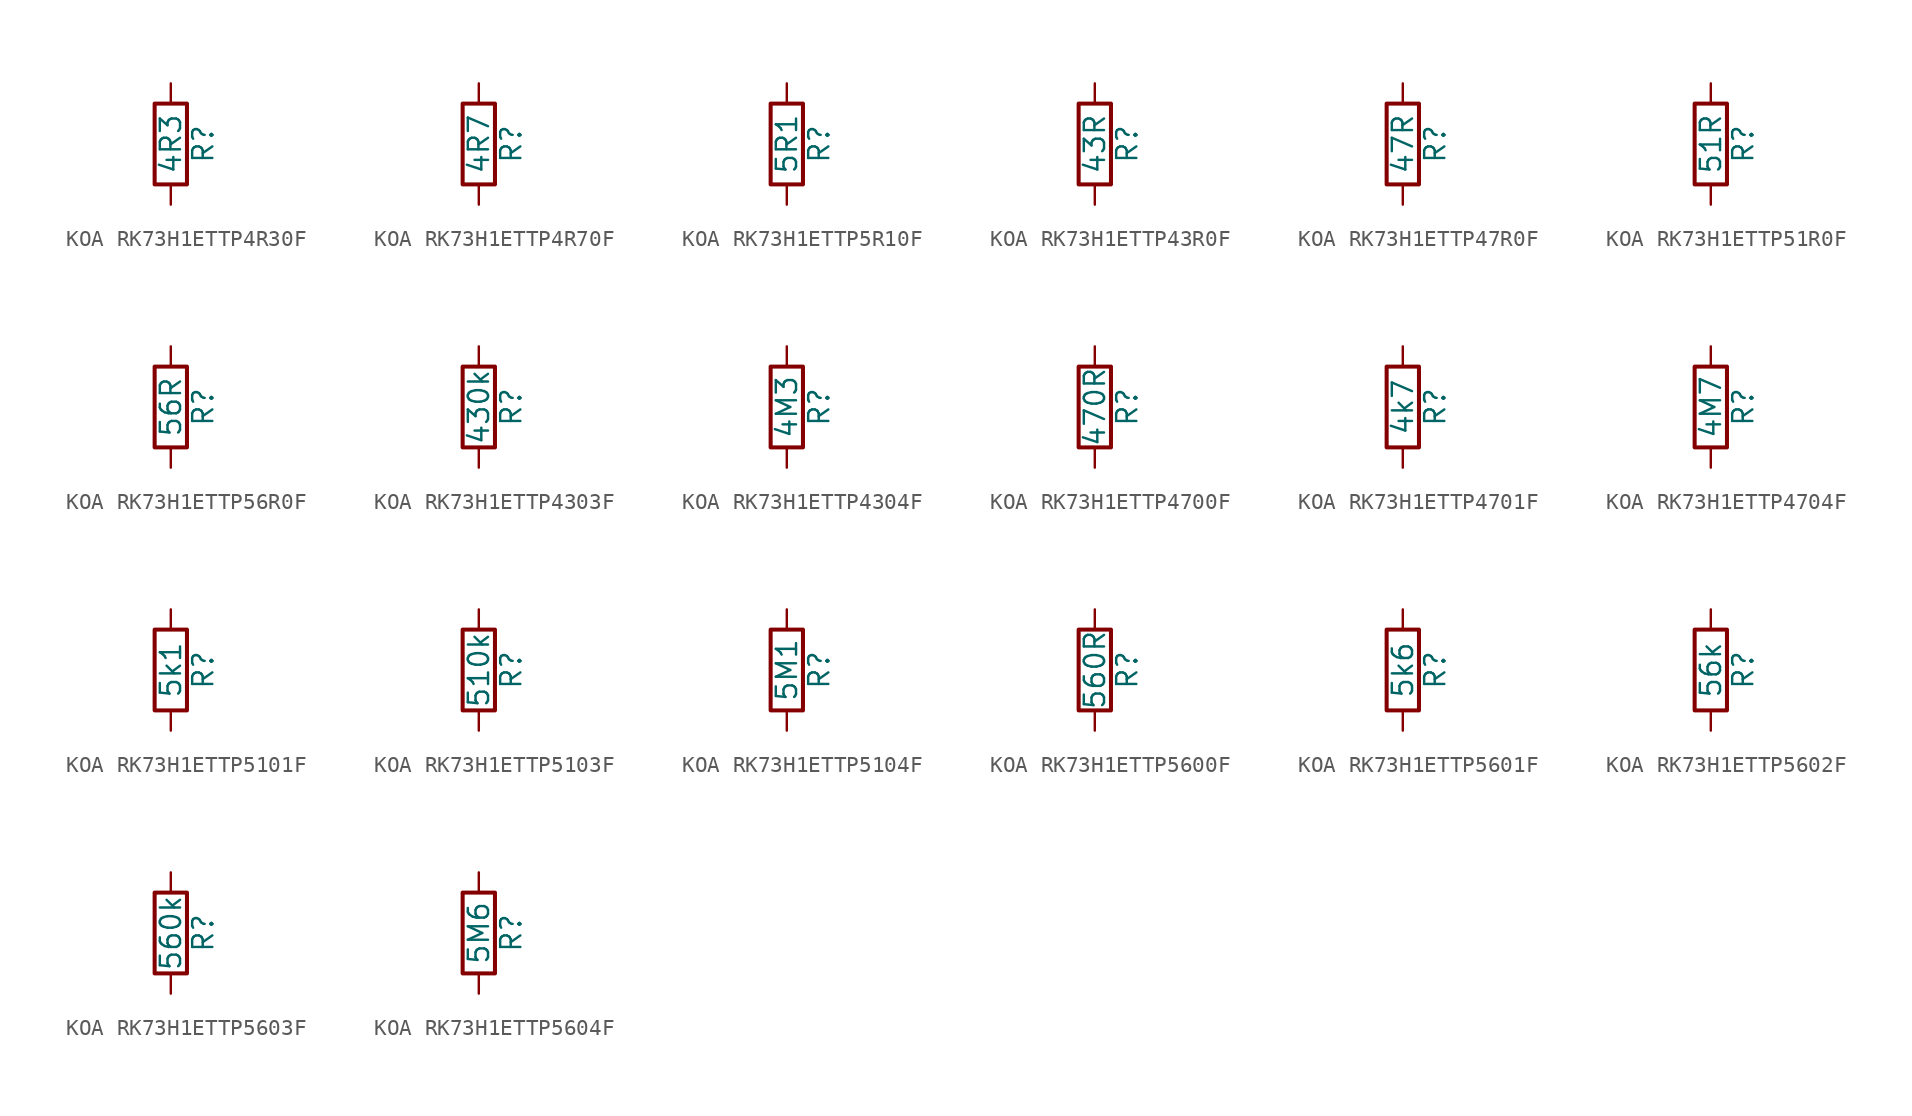
<source format=kicad_sym>
(kicad_symbol_lib
  (version 20220914)
  (generator kicad_symbol_editor)
  (symbol "KOA RK73H1ETTP4R30F"
    (pin_numbers hide)
    (pin_names
      (offset 0))
    (property "Reference" "R"
      (at 2.032 0 90)
      (effects (font (size 1.27 1.27))))
    (property "Value" "4R3"
      (at 0 0 90)
      (effects (font (size 1.27 1.27))))
    (symbol "KOA RK73H1ETTP4R30F_0_1"
      (rectangle (start -1.016 -2.54) (end 1.016 2.54) (stroke (width 0.254) (type default)) (fill (type none))))
    (symbol "KOA RK73H1ETTP4R30F_1_1"
      (pin passive line (at 0 3.81 270) (length 1.27) (name "~" (effects (font (size 1.27 1.27)))) (number "1" (effects (font (size 1.27 1.27)))))
      (pin passive line (at 0 -3.81 90) (length 1.27) (name "~" (effects (font (size 1.27 1.27)))) (number "2" (effects (font (size 1.27 1.27)))))))
  (symbol "KOA RK73H1ETTP4R70F"
    (pin_numbers hide)
    (pin_names
      (offset 0))
    (property "Reference" "R"
      (at 2.032 0 90)
      (effects (font (size 1.27 1.27))))
    (property "Value" "4R7"
      (at 0 0 90)
      (effects (font (size 1.27 1.27))))
    (symbol "KOA RK73H1ETTP4R70F_0_1"
      (rectangle (start -1.016 -2.54) (end 1.016 2.54) (stroke (width 0.254) (type default)) (fill (type none))))
    (symbol "KOA RK73H1ETTP4R70F_1_1"
      (pin passive line (at 0 3.81 270) (length 1.27) (name "~" (effects (font (size 1.27 1.27)))) (number "1" (effects (font (size 1.27 1.27)))))
      (pin passive line (at 0 -3.81 90) (length 1.27) (name "~" (effects (font (size 1.27 1.27)))) (number "2" (effects (font (size 1.27 1.27)))))))
  (symbol "KOA RK73H1ETTP5R10F"
    (pin_numbers hide)
    (pin_names
      (offset 0))
    (property "Reference" "R"
      (at 2.032 0 90)
      (effects (font (size 1.27 1.27))))
    (property "Value" "5R1"
      (at 0 0 90)
      (effects (font (size 1.27 1.27))))
    (symbol "KOA RK73H1ETTP5R10F_0_1"
      (rectangle (start -1.016 -2.54) (end 1.016 2.54) (stroke (width 0.254) (type default)) (fill (type none))))
    (symbol "KOA RK73H1ETTP5R10F_1_1"
      (pin passive line (at 0 3.81 270) (length 1.27) (name "~" (effects (font (size 1.27 1.27)))) (number "1" (effects (font (size 1.27 1.27)))))
      (pin passive line (at 0 -3.81 90) (length 1.27) (name "~" (effects (font (size 1.27 1.27)))) (number "2" (effects (font (size 1.27 1.27)))))))
  (symbol "KOA RK73H1ETTP43R0F"
    (pin_numbers hide)
    (pin_names
      (offset 0))
    (property "Reference" "R"
      (at 2.032 0 90)
      (effects (font (size 1.27 1.27))))
    (property "Value" "43R"
      (at 0 0 90)
      (effects (font (size 1.27 1.27))))
    (symbol "KOA RK73H1ETTP43R0F_0_1"
      (rectangle (start -1.016 -2.54) (end 1.016 2.54) (stroke (width 0.254) (type default)) (fill (type none))))
    (symbol "KOA RK73H1ETTP43R0F_1_1"
      (pin passive line (at 0 3.81 270) (length 1.27) (name "~" (effects (font (size 1.27 1.27)))) (number "1" (effects (font (size 1.27 1.27)))))
      (pin passive line (at 0 -3.81 90) (length 1.27) (name "~" (effects (font (size 1.27 1.27)))) (number "2" (effects (font (size 1.27 1.27)))))))
  (symbol "KOA RK73H1ETTP47R0F"
    (pin_numbers hide)
    (pin_names
      (offset 0))
    (property "Reference" "R"
      (at 2.032 0 90)
      (effects (font (size 1.27 1.27))))
    (property "Value" "47R"
      (at 0 0 90)
      (effects (font (size 1.27 1.27))))
    (symbol "KOA RK73H1ETTP47R0F_0_1"
      (rectangle (start -1.016 -2.54) (end 1.016 2.54) (stroke (width 0.254) (type default)) (fill (type none))))
    (symbol "KOA RK73H1ETTP47R0F_1_1"
      (pin passive line (at 0 3.81 270) (length 1.27) (name "~" (effects (font (size 1.27 1.27)))) (number "1" (effects (font (size 1.27 1.27)))))
      (pin passive line (at 0 -3.81 90) (length 1.27) (name "~" (effects (font (size 1.27 1.27)))) (number "2" (effects (font (size 1.27 1.27)))))))
  (symbol "KOA RK73H1ETTP51R0F"
    (pin_numbers hide)
    (pin_names
      (offset 0))
    (property "Reference" "R"
      (at 2.032 0 90)
      (effects (font (size 1.27 1.27))))
    (property "Value" "51R"
      (at 0 0 90)
      (effects (font (size 1.27 1.27))))
    (symbol "KOA RK73H1ETTP51R0F_0_1"
      (rectangle (start -1.016 -2.54) (end 1.016 2.54) (stroke (width 0.254) (type default)) (fill (type none))))
    (symbol "KOA RK73H1ETTP51R0F_1_1"
      (pin passive line (at 0 3.81 270) (length 1.27) (name "~" (effects (font (size 1.27 1.27)))) (number "1" (effects (font (size 1.27 1.27)))))
      (pin passive line (at 0 -3.81 90) (length 1.27) (name "~" (effects (font (size 1.27 1.27)))) (number "2" (effects (font (size 1.27 1.27)))))))
  (symbol "KOA RK73H1ETTP56R0F"
    (pin_numbers hide)
    (pin_names
      (offset 0))
    (property "Reference" "R"
      (at 2.032 0 90)
      (effects (font (size 1.27 1.27))))
    (property "Value" "56R"
      (at 0 0 90)
      (effects (font (size 1.27 1.27))))
    (symbol "KOA RK73H1ETTP56R0F_0_1"
      (rectangle (start -1.016 -2.54) (end 1.016 2.54) (stroke (width 0.254) (type default)) (fill (type none))))
    (symbol "KOA RK73H1ETTP56R0F_1_1"
      (pin passive line (at 0 3.81 270) (length 1.27) (name "~" (effects (font (size 1.27 1.27)))) (number "1" (effects (font (size 1.27 1.27)))))
      (pin passive line (at 0 -3.81 90) (length 1.27) (name "~" (effects (font (size 1.27 1.27)))) (number "2" (effects (font (size 1.27 1.27)))))))
  (symbol "KOA RK73H1ETTP4303F"
    (pin_numbers hide)
    (pin_names
      (offset 0))
    (property "Reference" "R"
      (at 2.032 0 90)
      (effects (font (size 1.27 1.27))))
    (property "Value" "430k"
      (at 0 0 90)
      (effects (font (size 1.27 1.27))))
    (symbol "KOA RK73H1ETTP4303F_0_1"
      (rectangle (start -1.016 -2.54) (end 1.016 2.54) (stroke (width 0.254) (type default)) (fill (type none))))
    (symbol "KOA RK73H1ETTP4303F_1_1"
      (pin passive line (at 0 3.81 270) (length 1.27) (name "~" (effects (font (size 1.27 1.27)))) (number "1" (effects (font (size 1.27 1.27)))))
      (pin passive line (at 0 -3.81 90) (length 1.27) (name "~" (effects (font (size 1.27 1.27)))) (number "2" (effects (font (size 1.27 1.27)))))))
  (symbol "KOA RK73H1ETTP4304F"
    (pin_numbers hide)
    (pin_names
      (offset 0))
    (property "Reference" "R"
      (at 2.032 0 90)
      (effects (font (size 1.27 1.27))))
    (property "Value" "4M3"
      (at 0 0 90)
      (effects (font (size 1.27 1.27))))
    (symbol "KOA RK73H1ETTP4304F_0_1"
      (rectangle (start -1.016 -2.54) (end 1.016 2.54) (stroke (width 0.254) (type default)) (fill (type none))))
    (symbol "KOA RK73H1ETTP4304F_1_1"
      (pin passive line (at 0 3.81 270) (length 1.27) (name "~" (effects (font (size 1.27 1.27)))) (number "1" (effects (font (size 1.27 1.27)))))
      (pin passive line (at 0 -3.81 90) (length 1.27) (name "~" (effects (font (size 1.27 1.27)))) (number "2" (effects (font (size 1.27 1.27)))))))
  (symbol "KOA RK73H1ETTP4700F"
    (pin_numbers hide)
    (pin_names
      (offset 0))
    (property "Reference" "R"
      (at 2.032 0 90)
      (effects (font (size 1.27 1.27))))
    (property "Value" "470R"
      (at 0 0 90)
      (effects (font (size 1.27 1.27))))
    (symbol "KOA RK73H1ETTP4700F_0_1"
      (rectangle (start -1.016 -2.54) (end 1.016 2.54) (stroke (width 0.254) (type default)) (fill (type none))))
    (symbol "KOA RK73H1ETTP4700F_1_1"
      (pin passive line (at 0 3.81 270) (length 1.27) (name "~" (effects (font (size 1.27 1.27)))) (number "1" (effects (font (size 1.27 1.27)))))
      (pin passive line (at 0 -3.81 90) (length 1.27) (name "~" (effects (font (size 1.27 1.27)))) (number "2" (effects (font (size 1.27 1.27)))))))
  (symbol "KOA RK73H1ETTP4701F"
    (pin_numbers hide)
    (pin_names
      (offset 0))
    (property "Reference" "R"
      (at 2.032 0 90)
      (effects (font (size 1.27 1.27))))
    (property "Value" "4k7"
      (at 0 0 90)
      (effects (font (size 1.27 1.27))))
    (symbol "KOA RK73H1ETTP4701F_0_1"
      (rectangle (start -1.016 -2.54) (end 1.016 2.54) (stroke (width 0.254) (type default)) (fill (type none))))
    (symbol "KOA RK73H1ETTP4701F_1_1"
      (pin passive line (at 0 3.81 270) (length 1.27) (name "~" (effects (font (size 1.27 1.27)))) (number "1" (effects (font (size 1.27 1.27)))))
      (pin passive line (at 0 -3.81 90) (length 1.27) (name "~" (effects (font (size 1.27 1.27)))) (number "2" (effects (font (size 1.27 1.27)))))))
  (symbol "KOA RK73H1ETTP4704F"
    (pin_numbers hide)
    (pin_names
      (offset 0))
    (property "Reference" "R"
      (at 2.032 0 90)
      (effects (font (size 1.27 1.27))))
    (property "Value" "4M7"
      (at 0 0 90)
      (effects (font (size 1.27 1.27))))
    (symbol "KOA RK73H1ETTP4704F_0_1"
      (rectangle (start -1.016 -2.54) (end 1.016 2.54) (stroke (width 0.254) (type default)) (fill (type none))))
    (symbol "KOA RK73H1ETTP4704F_1_1"
      (pin passive line (at 0 3.81 270) (length 1.27) (name "~" (effects (font (size 1.27 1.27)))) (number "1" (effects (font (size 1.27 1.27)))))
      (pin passive line (at 0 -3.81 90) (length 1.27) (name "~" (effects (font (size 1.27 1.27)))) (number "2" (effects (font (size 1.27 1.27)))))))
  (symbol "KOA RK73H1ETTP5101F"
    (pin_numbers hide)
    (pin_names
      (offset 0))
    (property "Reference" "R"
      (at 2.032 0 90)
      (effects (font (size 1.27 1.27))))
    (property "Value" "5k1"
      (at 0 0 90)
      (effects (font (size 1.27 1.27))))
    (symbol "KOA RK73H1ETTP5101F_0_1"
      (rectangle (start -1.016 -2.54) (end 1.016 2.54) (stroke (width 0.254) (type default)) (fill (type none))))
    (symbol "KOA RK73H1ETTP5101F_1_1"
      (pin passive line (at 0 3.81 270) (length 1.27) (name "~" (effects (font (size 1.27 1.27)))) (number "1" (effects (font (size 1.27 1.27)))))
      (pin passive line (at 0 -3.81 90) (length 1.27) (name "~" (effects (font (size 1.27 1.27)))) (number "2" (effects (font (size 1.27 1.27)))))))
  (symbol "KOA RK73H1ETTP5103F"
    (pin_numbers hide)
    (pin_names
      (offset 0))
    (property "Reference" "R"
      (at 2.032 0 90)
      (effects (font (size 1.27 1.27))))
    (property "Value" "510k"
      (at 0 0 90)
      (effects (font (size 1.27 1.27))))
    (symbol "KOA RK73H1ETTP5103F_0_1"
      (rectangle (start -1.016 -2.54) (end 1.016 2.54) (stroke (width 0.254) (type default)) (fill (type none))))
    (symbol "KOA RK73H1ETTP5103F_1_1"
      (pin passive line (at 0 3.81 270) (length 1.27) (name "~" (effects (font (size 1.27 1.27)))) (number "1" (effects (font (size 1.27 1.27)))))
      (pin passive line (at 0 -3.81 90) (length 1.27) (name "~" (effects (font (size 1.27 1.27)))) (number "2" (effects (font (size 1.27 1.27)))))))
  (symbol "KOA RK73H1ETTP5104F"
    (pin_numbers hide)
    (pin_names
      (offset 0))
    (property "Reference" "R"
      (at 2.032 0 90)
      (effects (font (size 1.27 1.27))))
    (property "Value" "5M1"
      (at 0 0 90)
      (effects (font (size 1.27 1.27))))
    (symbol "KOA RK73H1ETTP5104F_0_1"
      (rectangle (start -1.016 -2.54) (end 1.016 2.54) (stroke (width 0.254) (type default)) (fill (type none))))
    (symbol "KOA RK73H1ETTP5104F_1_1"
      (pin passive line (at 0 3.81 270) (length 1.27) (name "~" (effects (font (size 1.27 1.27)))) (number "1" (effects (font (size 1.27 1.27)))))
      (pin passive line (at 0 -3.81 90) (length 1.27) (name "~" (effects (font (size 1.27 1.27)))) (number "2" (effects (font (size 1.27 1.27)))))))
  (symbol "KOA RK73H1ETTP5600F"
    (pin_numbers hide)
    (pin_names
      (offset 0))
    (property "Reference" "R"
      (at 2.032 0 90)
      (effects (font (size 1.27 1.27))))
    (property "Value" "560R"
      (at 0 0 90)
      (effects (font (size 1.27 1.27))))
    (symbol "KOA RK73H1ETTP5600F_0_1"
      (rectangle (start -1.016 -2.54) (end 1.016 2.54) (stroke (width 0.254) (type default)) (fill (type none))))
    (symbol "KOA RK73H1ETTP5600F_1_1"
      (pin passive line (at 0 3.81 270) (length 1.27) (name "~" (effects (font (size 1.27 1.27)))) (number "1" (effects (font (size 1.27 1.27)))))
      (pin passive line (at 0 -3.81 90) (length 1.27) (name "~" (effects (font (size 1.27 1.27)))) (number "2" (effects (font (size 1.27 1.27)))))))
  (symbol "KOA RK73H1ETTP5601F"
    (pin_numbers hide)
    (pin_names
      (offset 0))
    (property "Reference" "R"
      (at 2.032 0 90)
      (effects (font (size 1.27 1.27))))
    (property "Value" "5k6"
      (at 0 0 90)
      (effects (font (size 1.27 1.27))))
    (symbol "KOA RK73H1ETTP5601F_0_1"
      (rectangle (start -1.016 -2.54) (end 1.016 2.54) (stroke (width 0.254) (type default)) (fill (type none))))
    (symbol "KOA RK73H1ETTP5601F_1_1"
      (pin passive line (at 0 3.81 270) (length 1.27) (name "~" (effects (font (size 1.27 1.27)))) (number "1" (effects (font (size 1.27 1.27)))))
      (pin passive line (at 0 -3.81 90) (length 1.27) (name "~" (effects (font (size 1.27 1.27)))) (number "2" (effects (font (size 1.27 1.27)))))))
  (symbol "KOA RK73H1ETTP5602F"
    (pin_numbers hide)
    (pin_names
      (offset 0))
    (property "Reference" "R"
      (at 2.032 0 90)
      (effects (font (size 1.27 1.27))))
    (property "Value" "56k"
      (at 0 0 90)
      (effects (font (size 1.27 1.27))))
    (symbol "KOA RK73H1ETTP5602F_0_1"
      (rectangle (start -1.016 -2.54) (end 1.016 2.54) (stroke (width 0.254) (type default)) (fill (type none))))
    (symbol "KOA RK73H1ETTP5602F_1_1"
      (pin passive line (at 0 3.81 270) (length 1.27) (name "~" (effects (font (size 1.27 1.27)))) (number "1" (effects (font (size 1.27 1.27)))))
      (pin passive line (at 0 -3.81 90) (length 1.27) (name "~" (effects (font (size 1.27 1.27)))) (number "2" (effects (font (size 1.27 1.27)))))))
  (symbol "KOA RK73H1ETTP5603F"
    (pin_numbers hide)
    (pin_names
      (offset 0))
    (property "Reference" "R"
      (at 2.032 0 90)
      (effects (font (size 1.27 1.27))))
    (property "Value" "560k"
      (at 0 0 90)
      (effects (font (size 1.27 1.27))))
    (symbol "KOA RK73H1ETTP5603F_0_1"
      (rectangle (start -1.016 -2.54) (end 1.016 2.54) (stroke (width 0.254) (type default)) (fill (type none))))
    (symbol "KOA RK73H1ETTP5603F_1_1"
      (pin passive line (at 0 3.81 270) (length 1.27) (name "~" (effects (font (size 1.27 1.27)))) (number "1" (effects (font (size 1.27 1.27)))))
      (pin passive line (at 0 -3.81 90) (length 1.27) (name "~" (effects (font (size 1.27 1.27)))) (number "2" (effects (font (size 1.27 1.27)))))))
  (symbol "KOA RK73H1ETTP5604F"
    (pin_numbers hide)
    (pin_names
      (offset 0))
    (property "Reference" "R"
      (at 2.032 0 90)
      (effects (font (size 1.27 1.27))))
    (property "Value" "5M6"
      (at 0 0 90)
      (effects (font (size 1.27 1.27))))
    (symbol "KOA RK73H1ETTP5604F_0_1"
      (rectangle (start -1.016 -2.54) (end 1.016 2.54) (stroke (width 0.254) (type default)) (fill (type none))))
    (symbol "KOA RK73H1ETTP5604F_1_1"
      (pin passive line (at 0 3.81 270) (length 1.27) (name "~" (effects (font (size 1.27 1.27)))) (number "1" (effects (font (size 1.27 1.27)))))
      (pin passive line (at 0 -3.81 90) (length 1.27) (name "~" (effects (font (size 1.27 1.27)))) (number "2" (effects (font (size 1.27 1.27))))))))
</source>
